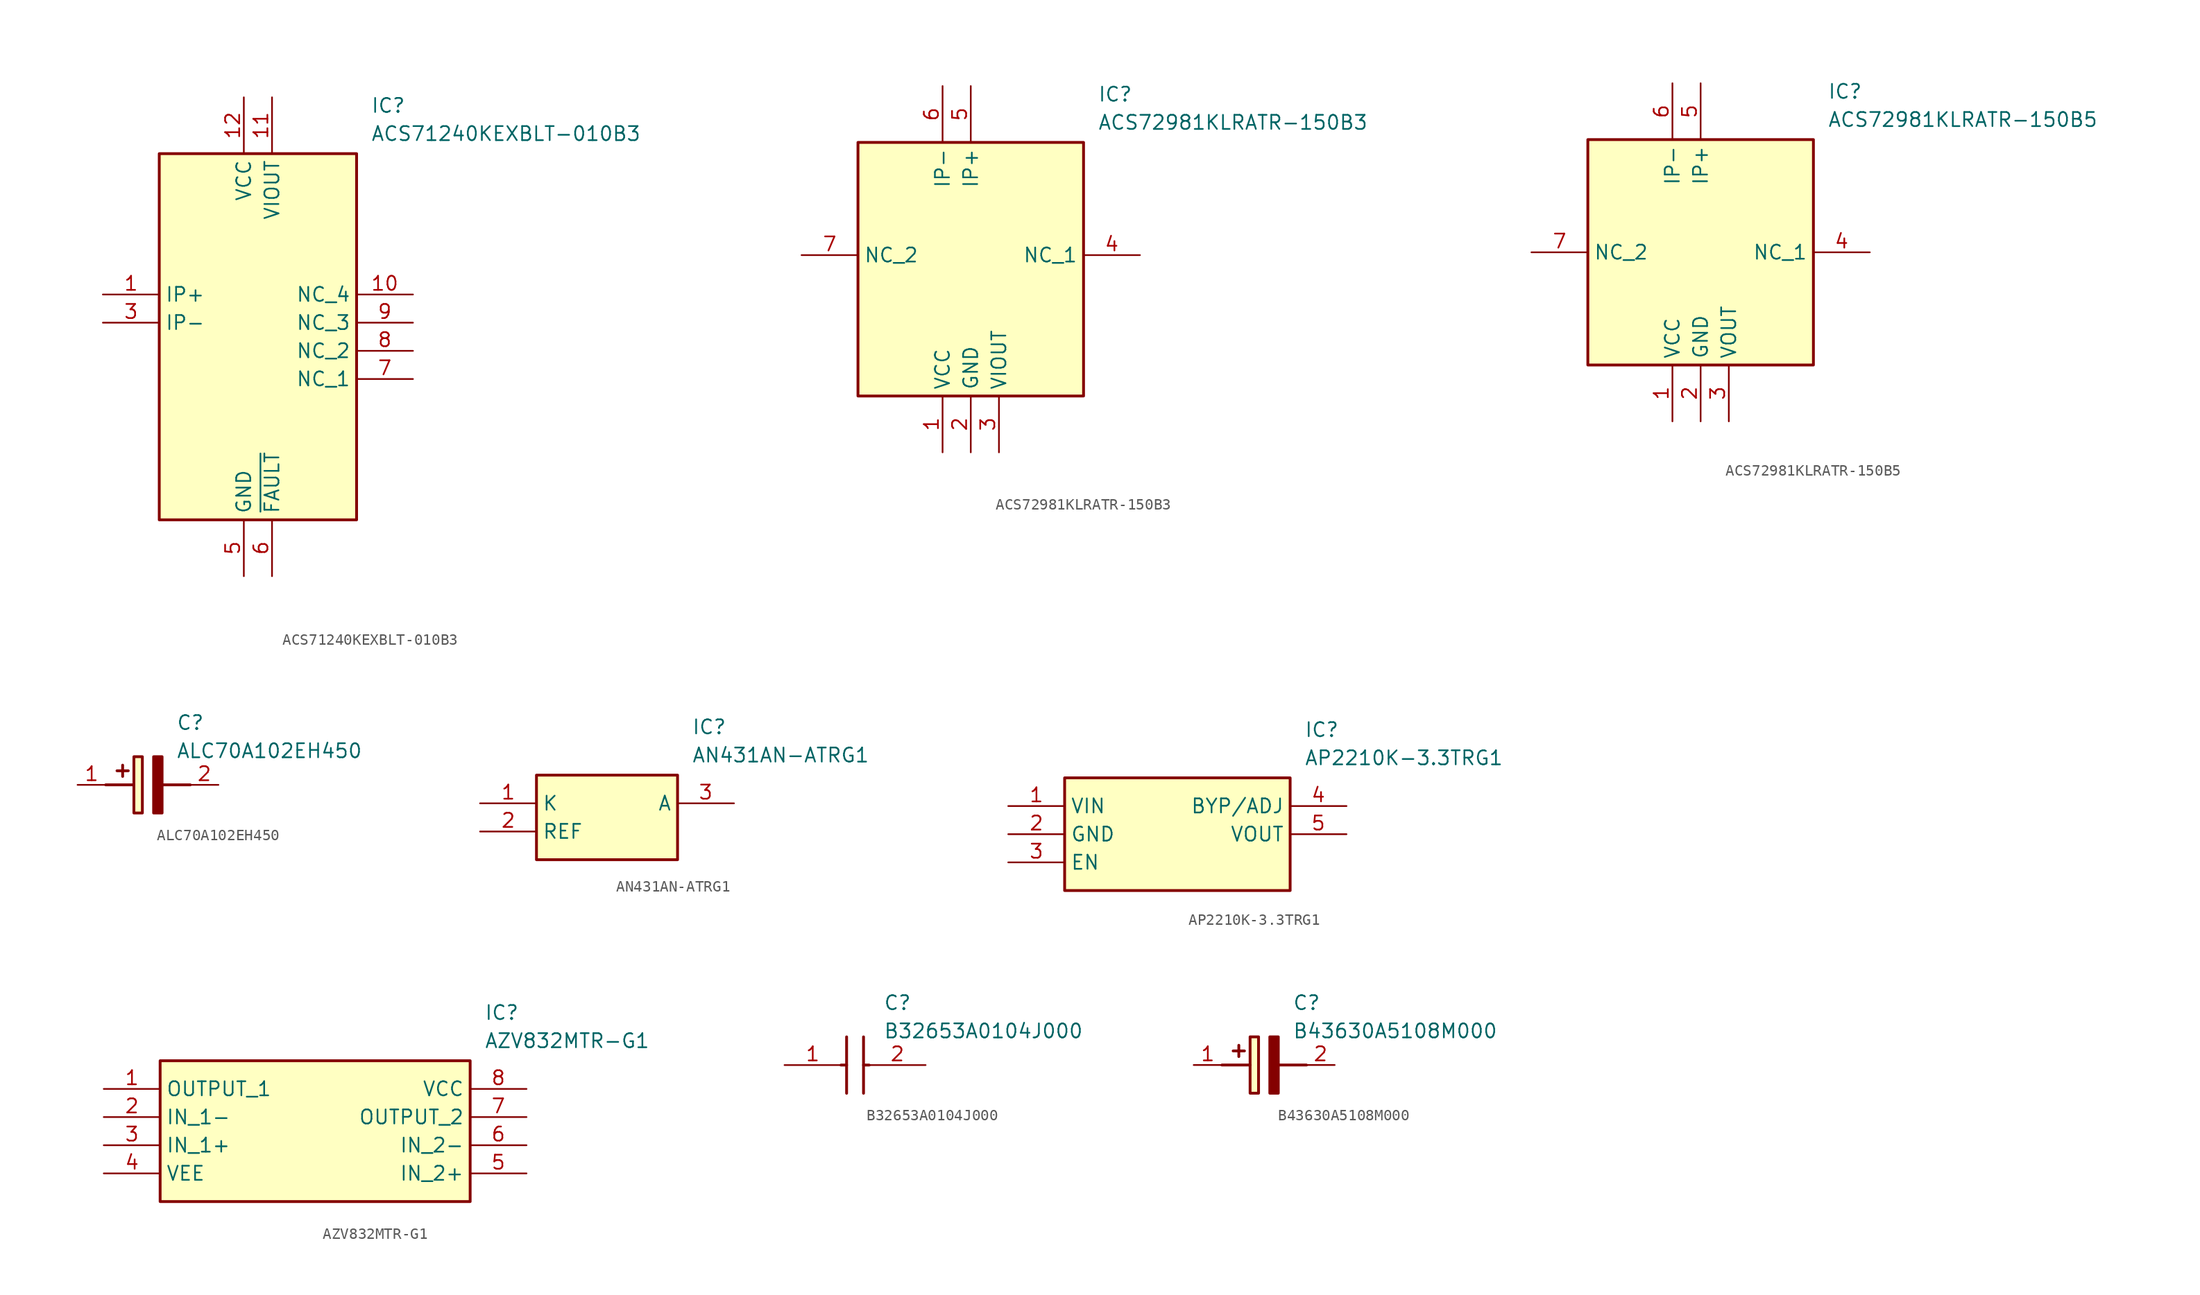
<source format=kicad_sym>
(kicad_symbol_lib
  (version 20241209)
  (generator "kicad_symbol_editor")
  (generator_version "9.0")
  (symbol "ACS71240KEXBLT-010B3"
    (property "Reference" "IC"
      (at 24.13 17.78 0)
      (effects (font (size 1.27 1.27)) (justify left top)))
    (property "Value" "ACS71240KEXBLT-010B3"
      (at 24.13 15.24 0)
      (effects (font (size 1.27 1.27)) (justify left top)))
    (symbol "ACS71240KEXBLT-010B3_1_1"
      (rectangle (start 5.08 12.7) (end 22.86 -20.32) (stroke (width 0.254) (type default)) (fill (type background)))
      (pin passive line (at 0 0 0) (length 5.08) (name "IP+" (effects (font (size 1.27 1.27)))) (number "1" (effects (font (size 1.27 1.27)))))
      (pin passive line (at 0 -2.54 0) (length 5.08) (name "IP-" (effects (font (size 1.27 1.27)))) (number "3" (effects (font (size 1.27 1.27)))))
      (pin passive line (at 12.7 17.78 270) (length 5.08) (name "VCC" (effects (font (size 1.27 1.27)))) (number "12" (effects (font (size 1.27 1.27)))))
      (pin passive line (at 12.7 -25.4 90) (length 5.08) (name "GND" (effects (font (size 1.27 1.27)))) (number "5" (effects (font (size 1.27 1.27)))))
      (pin passive line (at 15.24 17.78 270) (length 5.08) (name "VIOUT" (effects (font (size 1.27 1.27)))) (number "11" (effects (font (size 1.27 1.27)))))
      (pin passive line (at 15.24 -25.4 90) (length 5.08) (name "~{FAULT}" (effects (font (size 1.27 1.27)))) (number "6" (effects (font (size 1.27 1.27)))))
      (pin passive line (at 27.94 0 180) (length 5.08) (name "NC_4" (effects (font (size 1.27 1.27)))) (number "10" (effects (font (size 1.27 1.27)))))
      (pin passive line (at 27.94 -2.54 180) (length 5.08) (name "NC_3" (effects (font (size 1.27 1.27)))) (number "9" (effects (font (size 1.27 1.27)))))
      (pin passive line (at 27.94 -5.08 180) (length 5.08) (name "NC_2" (effects (font (size 1.27 1.27)))) (number "8" (effects (font (size 1.27 1.27)))))
      (pin passive line (at 27.94 -7.62 180) (length 5.08) (name "NC_1" (effects (font (size 1.27 1.27)))) (number "7" (effects (font (size 1.27 1.27)))))))
  (symbol "ACS72981KLRATR-150B3"
    (property "Reference" "IC"
      (at 26.67 15.24 0)
      (effects (font (size 1.27 1.27)) (justify left top)))
    (property "Value" "ACS72981KLRATR-150B3"
      (at 26.67 12.7 0)
      (effects (font (size 1.27 1.27)) (justify left top)))
    (symbol "ACS72981KLRATR-150B3_1_1"
      (rectangle (start 5.08 10.16) (end 25.4 -12.7) (stroke (width 0.254) (type default)) (fill (type background)))
      (pin passive line (at 0 0 0) (length 5.08) (name "NC_2" (effects (font (size 1.27 1.27)))) (number "7" (effects (font (size 1.27 1.27)))))
      (pin passive line (at 12.7 15.24 270) (length 5.08) (name "IP-" (effects (font (size 1.27 1.27)))) (number "6" (effects (font (size 1.27 1.27)))))
      (pin passive line (at 12.7 -17.78 90) (length 5.08) (name "VCC" (effects (font (size 1.27 1.27)))) (number "1" (effects (font (size 1.27 1.27)))))
      (pin passive line (at 15.24 15.24 270) (length 5.08) (name "IP+" (effects (font (size 1.27 1.27)))) (number "5" (effects (font (size 1.27 1.27)))))
      (pin passive line (at 15.24 -17.78 90) (length 5.08) (name "GND" (effects (font (size 1.27 1.27)))) (number "2" (effects (font (size 1.27 1.27)))))
      (pin passive line (at 17.78 -17.78 90) (length 5.08) (name "VIOUT" (effects (font (size 1.27 1.27)))) (number "3" (effects (font (size 1.27 1.27)))))
      (pin passive line (at 30.48 0 180) (length 5.08) (name "NC_1" (effects (font (size 1.27 1.27)))) (number "4" (effects (font (size 1.27 1.27)))))))
  (symbol "ACS72981KLRATR-150B5"
    (property "Reference" "IC"
      (at 26.67 15.24 0)
      (effects (font (size 1.27 1.27)) (justify left top)))
    (property "Value" "ACS72981KLRATR-150B5"
      (at 26.67 12.7 0)
      (effects (font (size 1.27 1.27)) (justify left top)))
    (symbol "ACS72981KLRATR-150B5_1_1"
      (rectangle (start 5.08 10.16) (end 25.4 -10.16) (stroke (width 0.254) (type default)) (fill (type background)))
      (pin passive line (at 0 0 0) (length 5.08) (name "NC_2" (effects (font (size 1.27 1.27)))) (number "7" (effects (font (size 1.27 1.27)))))
      (pin passive line (at 12.7 15.24 270) (length 5.08) (name "IP-" (effects (font (size 1.27 1.27)))) (number "6" (effects (font (size 1.27 1.27)))))
      (pin passive line (at 12.7 -15.24 90) (length 5.08) (name "VCC" (effects (font (size 1.27 1.27)))) (number "1" (effects (font (size 1.27 1.27)))))
      (pin passive line (at 15.24 15.24 270) (length 5.08) (name "IP+" (effects (font (size 1.27 1.27)))) (number "5" (effects (font (size 1.27 1.27)))))
      (pin passive line (at 15.24 -15.24 90) (length 5.08) (name "GND" (effects (font (size 1.27 1.27)))) (number "2" (effects (font (size 1.27 1.27)))))
      (pin passive line (at 17.78 -15.24 90) (length 5.08) (name "VOUT" (effects (font (size 1.27 1.27)))) (number "3" (effects (font (size 1.27 1.27)))))
      (pin passive line (at 30.48 0 180) (length 5.08) (name "NC_1" (effects (font (size 1.27 1.27)))) (number "4" (effects (font (size 1.27 1.27)))))))
  (symbol "ALC70A102EH450"
    (pin_names
      (hide yes))
    (property "Reference" "C"
      (at 8.89 6.35 0)
      (effects (font (size 1.27 1.27)) (justify left top)))
    (property "Value" "ALC70A102EH450"
      (at 8.89 3.81 0)
      (effects (font (size 1.27 1.27)) (justify left top)))
    (symbol "ALC70A102EH450_1_1"
      (polyline (pts (xy 2.54 0) (xy 5.08 0)) (stroke (width 0.254) (type default)) (fill (type none)))
      (polyline (pts (xy 4.064 1.778) (xy 4.064 0.762)) (stroke (width 0.254) (type default)) (fill (type none)))
      (polyline (pts (xy 4.572 1.27) (xy 3.556 1.27)) (stroke (width 0.254) (type default)) (fill (type none)))
      (rectangle (start 5.08 2.54) (end 5.842 -2.54) (stroke (width 0.254) (type default)) (fill (type background)))
      (polyline (pts (xy 7.62 2.54) (xy 7.62 -2.54) (xy 6.858 -2.54) (xy 6.858 2.54) (xy 7.62 2.54)) (stroke (width 0.254) (type default)) (fill (type outline)))
      (polyline (pts (xy 7.62 0) (xy 10.16 0)) (stroke (width 0.254) (type default)) (fill (type none)))
      (pin passive line (at 0 0 0) (length 2.54) (name "+" (effects (font (size 1.27 1.27)))) (number "1" (effects (font (size 1.27 1.27)))))
      (pin passive line (at 12.7 0 180) (length 2.54) (name "-" (effects (font (size 1.27 1.27)))) (number "2" (effects (font (size 1.27 1.27)))))))
  (symbol "AN431AN-ATRG1"
    (property "Reference" "IC"
      (at 19.05 7.62 0)
      (effects (font (size 1.27 1.27)) (justify left top)))
    (property "Value" "AN431AN-ATRG1"
      (at 19.05 5.08 0)
      (effects (font (size 1.27 1.27)) (justify left top)))
    (symbol "AN431AN-ATRG1_1_1"
      (rectangle (start 5.08 2.54) (end 17.78 -5.08) (stroke (width 0.254) (type default)) (fill (type background)))
      (pin passive line (at 0 0 0) (length 5.08) (name "K" (effects (font (size 1.27 1.27)))) (number "1" (effects (font (size 1.27 1.27)))))
      (pin passive line (at 0 -2.54 0) (length 5.08) (name "REF" (effects (font (size 1.27 1.27)))) (number "2" (effects (font (size 1.27 1.27)))))
      (pin passive line (at 22.86 0 180) (length 5.08) (name "A" (effects (font (size 1.27 1.27)))) (number "3" (effects (font (size 1.27 1.27)))))))
  (symbol "AP2210K-3.3TRG1"
    (property "Reference" "IC"
      (at 26.67 7.62 0)
      (effects (font (size 1.27 1.27)) (justify left top)))
    (property "Value" "AP2210K-3.3TRG1"
      (at 26.67 5.08 0)
      (effects (font (size 1.27 1.27)) (justify left top)))
    (symbol "AP2210K-3.3TRG1_1_1"
      (rectangle (start 5.08 2.54) (end 25.4 -7.62) (stroke (width 0.254) (type default)) (fill (type background)))
      (pin passive line (at 0 0 0) (length 5.08) (name "VIN" (effects (font (size 1.27 1.27)))) (number "1" (effects (font (size 1.27 1.27)))))
      (pin passive line (at 0 -2.54 0) (length 5.08) (name "GND" (effects (font (size 1.27 1.27)))) (number "2" (effects (font (size 1.27 1.27)))))
      (pin passive line (at 0 -5.08 0) (length 5.08) (name "EN" (effects (font (size 1.27 1.27)))) (number "3" (effects (font (size 1.27 1.27)))))
      (pin passive line (at 30.48 0 180) (length 5.08) (name "BYP/ADJ" (effects (font (size 1.27 1.27)))) (number "4" (effects (font (size 1.27 1.27)))))
      (pin passive line (at 30.48 -2.54 180) (length 5.08) (name "VOUT" (effects (font (size 1.27 1.27)))) (number "5" (effects (font (size 1.27 1.27)))))))
  (symbol "AZV832MTR-G1"
    (property "Reference" "IC"
      (at 34.29 7.62 0)
      (effects (font (size 1.27 1.27)) (justify left top)))
    (property "Value" "AZV832MTR-G1"
      (at 34.29 5.08 0)
      (effects (font (size 1.27 1.27)) (justify left top)))
    (symbol "AZV832MTR-G1_1_1"
      (rectangle (start 5.08 2.54) (end 33.02 -10.16) (stroke (width 0.254) (type default)) (fill (type background)))
      (pin passive line (at 0 0 0) (length 5.08) (name "OUTPUT_1" (effects (font (size 1.27 1.27)))) (number "1" (effects (font (size 1.27 1.27)))))
      (pin passive line (at 0 -2.54 0) (length 5.08) (name "IN_1-" (effects (font (size 1.27 1.27)))) (number "2" (effects (font (size 1.27 1.27)))))
      (pin passive line (at 0 -5.08 0) (length 5.08) (name "IN_1+" (effects (font (size 1.27 1.27)))) (number "3" (effects (font (size 1.27 1.27)))))
      (pin passive line (at 0 -7.62 0) (length 5.08) (name "VEE" (effects (font (size 1.27 1.27)))) (number "4" (effects (font (size 1.27 1.27)))))
      (pin passive line (at 38.1 0 180) (length 5.08) (name "VCC" (effects (font (size 1.27 1.27)))) (number "8" (effects (font (size 1.27 1.27)))))
      (pin passive line (at 38.1 -2.54 180) (length 5.08) (name "OUTPUT_2" (effects (font (size 1.27 1.27)))) (number "7" (effects (font (size 1.27 1.27)))))
      (pin passive line (at 38.1 -5.08 180) (length 5.08) (name "IN_2-" (effects (font (size 1.27 1.27)))) (number "6" (effects (font (size 1.27 1.27)))))
      (pin passive line (at 38.1 -7.62 180) (length 5.08) (name "IN_2+" (effects (font (size 1.27 1.27)))) (number "5" (effects (font (size 1.27 1.27)))))))
  (symbol "B32653A0104J000"
    (pin_names
      (hide yes))
    (property "Reference" "C"
      (at 8.89 6.35 0)
      (effects (font (size 1.27 1.27)) (justify left top)))
    (property "Value" "B32653A0104J000"
      (at 8.89 3.81 0)
      (effects (font (size 1.27 1.27)) (justify left top)))
    (symbol "B32653A0104J000_1_1"
      (polyline (pts (xy 5.08 0) (xy 5.588 0)) (stroke (width 0.254) (type default)) (fill (type none)))
      (polyline (pts (xy 5.588 2.54) (xy 5.588 -2.54)) (stroke (width 0.254) (type default)) (fill (type none)))
      (polyline (pts (xy 7.112 2.54) (xy 7.112 -2.54)) (stroke (width 0.254) (type default)) (fill (type none)))
      (polyline (pts (xy 7.112 0) (xy 7.62 0)) (stroke (width 0.254) (type default)) (fill (type none)))
      (pin passive line (at 0 0 0) (length 5.08) (name "1" (effects (font (size 1.27 1.27)))) (number "1" (effects (font (size 1.27 1.27)))))
      (pin passive line (at 12.7 0 180) (length 5.08) (name "2" (effects (font (size 1.27 1.27)))) (number "2" (effects (font (size 1.27 1.27)))))))
  (symbol "B43630A5108M000"
    (pin_names
      (hide yes))
    (property "Reference" "C"
      (at 8.89 6.35 0)
      (effects (font (size 1.27 1.27)) (justify left top)))
    (property "Value" "B43630A5108M000"
      (at 8.89 3.81 0)
      (effects (font (size 1.27 1.27)) (justify left top)))
    (symbol "B43630A5108M000_1_1"
      (polyline (pts (xy 2.54 0) (xy 5.08 0)) (stroke (width 0.254) (type default)) (fill (type none)))
      (polyline (pts (xy 4.064 1.778) (xy 4.064 0.762)) (stroke (width 0.254) (type default)) (fill (type none)))
      (polyline (pts (xy 4.572 1.27) (xy 3.556 1.27)) (stroke (width 0.254) (type default)) (fill (type none)))
      (rectangle (start 5.08 2.54) (end 5.842 -2.54) (stroke (width 0.254) (type default)) (fill (type background)))
      (polyline (pts (xy 7.62 2.54) (xy 7.62 -2.54) (xy 6.858 -2.54) (xy 6.858 2.54) (xy 7.62 2.54)) (stroke (width 0.254) (type default)) (fill (type outline)))
      (polyline (pts (xy 7.62 0) (xy 10.16 0)) (stroke (width 0.254) (type default)) (fill (type none)))
      (pin passive line (at 0 0 0) (length 2.54) (name "+" (effects (font (size 1.27 1.27)))) (number "1" (effects (font (size 1.27 1.27)))))
      (pin passive line (at 12.7 0 180) (length 2.54) (name "-" (effects (font (size 1.27 1.27)))) (number "2" (effects (font (size 1.27 1.27))))))))
</source>
